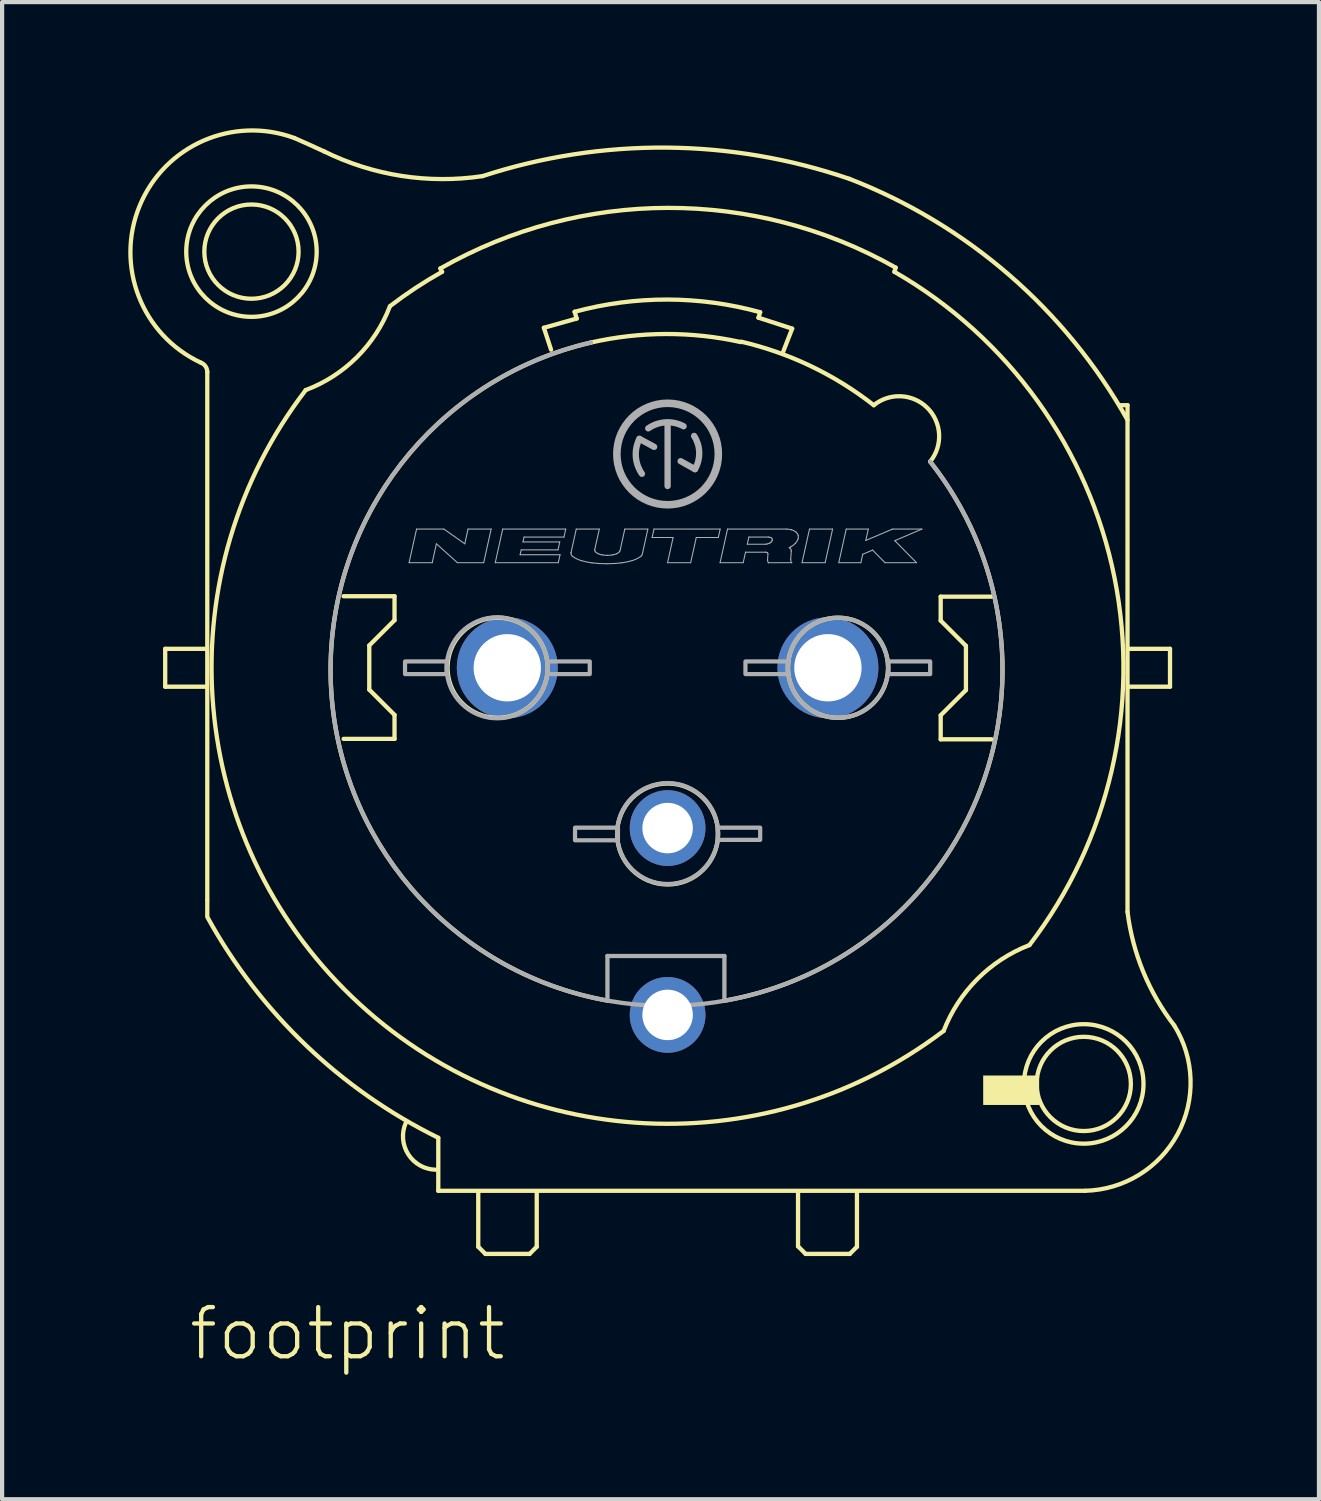
<source format=kicad_pcb>
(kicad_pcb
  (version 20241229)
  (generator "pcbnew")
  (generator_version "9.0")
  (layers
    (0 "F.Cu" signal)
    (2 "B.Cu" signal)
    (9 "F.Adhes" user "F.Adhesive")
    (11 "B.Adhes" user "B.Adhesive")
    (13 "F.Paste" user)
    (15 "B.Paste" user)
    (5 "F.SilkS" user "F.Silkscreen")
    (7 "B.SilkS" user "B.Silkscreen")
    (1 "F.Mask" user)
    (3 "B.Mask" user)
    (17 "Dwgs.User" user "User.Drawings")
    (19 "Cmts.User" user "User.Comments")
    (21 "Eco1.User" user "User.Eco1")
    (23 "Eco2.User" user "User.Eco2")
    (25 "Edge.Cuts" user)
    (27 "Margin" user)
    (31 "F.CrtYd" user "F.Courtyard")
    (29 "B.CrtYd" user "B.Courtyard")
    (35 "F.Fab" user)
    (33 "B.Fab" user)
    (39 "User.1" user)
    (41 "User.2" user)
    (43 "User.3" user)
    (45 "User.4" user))
  (footprint "footprint"
    (layer "F.Cu")
    (at 12.816 12.82)
    (property "Reference" "footprint" (at -11.43 16.51 0) (layer "F.SilkS") (effects (font (size 1.168 1.168) (thickness 0.102)) (justify left bottom)))
    (fp_line (start -11.94 -0.45) (end -11.94 0.45) (stroke (width 0.102) (type solid)) (layer "F.SilkS"))
    (fp_line (start -11.94 0.45) (end -10.99 0.45) (stroke (width 0.102) (type solid)) (layer "F.SilkS"))
    (fp_line (start -10.99 -0.45) (end -11.94 -0.45) (stroke (width 0.102) (type solid)) (layer "F.SilkS"))
    (fp_line (start -10.94 5.5) (end -10.94 -7.03) (stroke (width 0.102) (type solid)) (layer "F.SilkS"))
    (fp_line (start -10.94 5.91) (end -10.94 5.52) (stroke (width 0.102) (type solid)) (layer "F.SilkS"))
    (fp_line (start -7.7 -1.7) (end -6.49 -1.7) (stroke (width 0.102) (type solid)) (layer "F.SilkS"))
    (fp_line (start -7.09 -0.53) (end -7.09 0.52) (stroke (width 0.102) (type solid)) (layer "F.SilkS"))
    (fp_line (start -7.09 0.52) (end -6.49 1.12) (stroke (width 0.102) (type solid)) (layer "F.SilkS"))
    (fp_line (start -6.49 -1.7) (end -6.49 -1.13) (stroke (width 0.102) (type solid)) (layer "F.SilkS"))
    (fp_line (start -6.49 -1.13) (end -7.09 -0.53) (stroke (width 0.102) (type solid)) (layer "F.SilkS"))
    (fp_line (start -6.49 1.12) (end -6.49 1.69) (stroke (width 0.102) (type solid)) (layer "F.SilkS"))
    (fp_line (start -6.49 1.69) (end -7.7 1.69) (stroke (width 0.102) (type solid)) (layer "F.SilkS"))
    (fp_line (start -5.45 11.17) (end -5.45 12.43) (stroke (width 0.102) (type solid)) (layer "F.SilkS"))
    (fp_line (start -5.45 12.43) (end 9.92 12.43) (stroke (width 0.102) (type solid)) (layer "F.SilkS"))
    (fp_line (start -5.4 -9.49) (end -5.36 -9.41) (stroke (width 0.102) (type solid)) (layer "F.SilkS"))
    (fp_line (start -4.5 12.49) (end -4.5 13.76) (stroke (width 0.102) (type solid)) (layer "F.SilkS"))
    (fp_line (start -4.5 13.76) (end -4.33 13.93) (stroke (width 0.102) (type solid)) (layer "F.SilkS"))
    (fp_line (start -4.33 13.93) (end -3.28 13.93) (stroke (width 0.102) (type solid)) (layer "F.SilkS"))
    (fp_line (start -3.28 13.93) (end -3.11 13.76) (stroke (width 0.102) (type solid)) (layer "F.SilkS"))
    (fp_line (start -3.11 13.76) (end -3.11 12.47) (stroke (width 0.102) (type solid)) (layer "F.SilkS"))
    (fp_line (start -2.94 -8.08) (end -2.16 -8.3) (stroke (width 0.102) (type solid)) (layer "F.SilkS"))
    (fp_line (start -2.77 -7.56) (end -2.94 -8.08) (stroke (width 0.102) (type solid)) (layer "F.SilkS"))
    (fp_line (start -2.16 -8.3) (end -2.21 -8.46) (stroke (width 0.102) (type solid)) (layer "F.SilkS"))
    (fp_line (start 2.16 -8.32) (end 2.96 -8.06) (stroke (width 0.102) (type solid)) (layer "F.SilkS"))
    (fp_line (start 2.2 -8.45) (end 2.16 -8.32) (stroke (width 0.102) (type solid)) (layer "F.SilkS"))
    (fp_line (start 2.96 -8.06) (end 2.75 -7.52) (stroke (width 0.102) (type solid)) (layer "F.SilkS"))
    (fp_line (start 3.1 12.49) (end 3.1 13.75) (stroke (width 0.102) (type solid)) (layer "F.SilkS"))
    (fp_line (start 3.1 13.75) (end 3.28 13.93) (stroke (width 0.102) (type solid)) (layer "F.SilkS"))
    (fp_line (start 3.28 13.93) (end 4.33 13.93) (stroke (width 0.102) (type solid)) (layer "F.SilkS"))
    (fp_line (start 4.33 13.93) (end 4.5 13.76) (stroke (width 0.102) (type solid)) (layer "F.SilkS"))
    (fp_line (start 4.5 13.76) (end 4.5 12.48) (stroke (width 0.102) (type solid)) (layer "F.SilkS"))
    (fp_line (start 5.39 -9.41) (end 5.42 -9.51) (stroke (width 0.102) (type solid)) (layer "F.SilkS"))
    (fp_line (start 6.49 -1.69) (end 7.7 -1.69) (stroke (width 0.102) (type solid)) (layer "F.SilkS"))
    (fp_line (start 6.49 -1.12) (end 6.49 -1.69) (stroke (width 0.102) (type solid)) (layer "F.SilkS"))
    (fp_line (start 6.49 1.13) (end 7.09 0.53) (stroke (width 0.102) (type solid)) (layer "F.SilkS"))
    (fp_line (start 6.49 1.7) (end 6.49 1.13) (stroke (width 0.102) (type solid)) (layer "F.SilkS"))
    (fp_line (start 7.09 -0.52) (end 6.49 -1.12) (stroke (width 0.102) (type solid)) (layer "F.SilkS"))
    (fp_line (start 7.09 0.53) (end 7.09 -0.52) (stroke (width 0.102) (type solid)) (layer "F.SilkS"))
    (fp_line (start 7.7 1.7) (end 6.49 1.7) (stroke (width 0.102) (type solid)) (layer "F.SilkS"))
    (fp_line (start 10.93 -6.24) (end 10.77 -6.24) (stroke (width 0.102) (type solid)) (layer "F.SilkS"))
    (fp_line (start 10.93 5.8) (end 10.93 -6.24) (stroke (width 0.102) (type solid)) (layer "F.SilkS"))
    (fp_line (start 10.97 -0.45) (end 11.94 -0.45) (stroke (width 0.102) (type solid)) (layer "F.SilkS"))
    (fp_line (start 11.94 -0.45) (end 11.94 0.45) (stroke (width 0.102) (type solid)) (layer "F.SilkS"))
    (fp_line (start 11.94 0.45) (end 10.97 0.45) (stroke (width 0.102) (type solid)) (layer "F.SilkS"))
    (fp_arc (start -11.090001 -7.25) (mid -10.981063 -7.163139) (end -10.94 -7.03) (stroke (width 0.1016) (type solid)) (layer "F.SilkS"))
    (fp_arc (start -11.09 -7.25) (mid -12.543512 -10.985729) (end -8.87 -12.59) (stroke (width 0.1016) (type solid)) (layer "F.SilkS"))
    (fp_arc (start -8.87 -12.59) (mid -8.514255 -12.431652) (end -8.16 -12.27) (stroke (width 0.1016) (type solid)) (layer "F.SilkS"))
    (fp_arc (start -6.600001 -8.589999) (mid -7.385866 -7.379789) (end -8.6 -6.6) (stroke (width 0.1016) (type solid)) (layer "F.SilkS"))
    (fp_arc (start -6.59 -8.6) (mid -5.989419 -9.026896) (end -5.36 -9.41) (stroke (width 0.1016) (type solid)) (layer "F.SilkS"))
    (fp_arc (start -5.509999 11.929999) (mid -6.165297 11.560367) (end -6.22 10.81) (stroke (width 0.1016) (type solid)) (layer "F.SilkS"))
    (fp_arc (start -5.450001 11.17) (mid -8.591552 8.975746) (end -10.93 5.94) (stroke (width 0.1016) (type solid)) (layer "F.SilkS"))
    (fp_arc (start -5.4 -9.49) (mid 0.007357 -10.929608) (end 5.42 -9.51) (stroke (width 0.1016) (type solid)) (layer "F.SilkS"))
    (fp_arc (start -4.3995 -11.6841) (mid -6.324542 -11.689559) (end -8.16 -12.27) (stroke (width 0.1016) (type solid)) (layer "F.SilkS"))
    (fp_arc (start -4.3975 -11.6846) (mid -0.033882 -12.361943) (end 4.3192 -11.6199) (stroke (width 0.1016) (type solid)) (layer "F.SilkS"))
    (fp_arc (start -2.21 -8.46) (mid -0.004329 -8.750808) (end 2.2 -8.45) (stroke (width 0.1016) (type solid)) (layer "F.SilkS"))
    (fp_arc (start -1.82 -7.73) (mid -0.040554 -7.932105) (end 1.74 -7.74) (stroke (width 0.1016) (type solid)) (layer "F.SilkS"))
    (fp_arc (start -1.429998 7.91) (mid -8.007803 0.249163) (end -1.82 -7.73) (stroke (width 0.1016) (type solid)) (layer "F.SilkS"))
    (fp_arc (start 1.75 -7.75) (mid 3.407463 -7.167026) (end 4.9 -6.24) (stroke (width 0.1016) (type solid)) (layer "F.SilkS"))
    (fp_arc (start 4.3216 -11.6192) (mid 8.124325 -9.329628) (end 10.93 -5.89) (stroke (width 0.1016) (type solid)) (layer "F.SilkS"))
    (fp_arc (start 4.9 -6.24) (mid 6.174454 -6.174454) (end 6.24 -4.9) (stroke (width 0.1016) (type solid)) (layer "F.SilkS"))
    (fp_arc (start 5.390001 -9.409999) (mid 10.621564 -2.137578) (end 8.6 6.59) (stroke (width 0.1016) (type solid)) (layer "F.SilkS"))
    (fp_arc (start 6.240002 -4.9) (mid 7.436814 2.890453) (end 1.36 7.91) (stroke (width 0.1016) (type solid)) (layer "F.SilkS"))
    (fp_arc (start 6.559998 8.630002) (mid -7.680583 7.644968) (end -8.6 -6.6) (stroke (width 0.1016) (type solid)) (layer "F.SilkS"))
    (fp_arc (start 6.56 8.63) (mid 7.3644 7.3944) (end 8.6 6.59) (stroke (width 0.1016) (type solid)) (layer "F.SilkS"))
    (fp_arc (start 12.04 8.5) (mid 12.121472 11.080756) (end 9.92 12.43) (stroke (width 0.1016) (type solid)) (layer "F.SilkS"))
    (fp_arc (start 12.04 8.5) (mid 11.303815 7.224487) (end 10.93 5.8) (stroke (width 0.1016) (type solid)) (layer "F.SilkS"))
    (fp_circle (center -9.89 -9.89) (end -8.77 -9.89) (stroke (width 0.102) (type solid)) (fill no) (layer "F.SilkS"))
    (fp_circle (center -9.89 -9.89) (end -8.34 -9.89) (stroke (width 0.102) (type solid)) (fill no) (layer "F.SilkS"))
    (fp_circle (center -4.04 0) (end -2.85 0) (stroke (width 0.102) (type solid)) (fill no) (layer "F.SilkS"))
    (fp_circle (center 0 3.95) (end 1.2 3.95) (stroke (width 0.102) (type solid)) (fill no) (layer "F.SilkS"))
    (fp_circle (center 4.05 0) (end 5.24 0) (stroke (width 0.102) (type solid)) (fill no) (layer "F.SilkS"))
    (fp_circle (center 9.89 9.89) (end 11.01 9.89) (stroke (width 0.102) (type solid)) (fill no) (layer "F.SilkS"))
    (fp_circle (center 9.89 9.89) (end 11.31 9.89) (stroke (width 0.102) (type solid)) (fill no) (layer "F.SilkS"))
    (fp_poly (pts (xy 7.5 10.39) (xy 8.83 10.39) (xy 8.83 9.69) (xy 7.5 9.69)) (stroke (width 0) (type solid)) (fill yes) (layer "F.SilkS"))
    (fp_line (start -6.144 -2.497) (end -5.966 -3.296) (stroke (width 0.025) (type solid)) (layer "F.Fab"))
    (fp_line (start -6.144 -2.497) (end -5.594 -2.497) (stroke (width 0.025) (type solid)) (layer "F.Fab"))
    (fp_line (start -5.966 -3.296) (end -5.317 -3.296) (stroke (width 0.025) (type solid)) (layer "F.Fab"))
    (fp_line (start -5.594 -2.497) (end -5.495 -2.946) (stroke (width 0.025) (type solid)) (layer "F.Fab"))
    (fp_line (start -5.495 -2.946) (end -4.995 -2.497) (stroke (width 0.025) (type solid)) (layer "F.Fab"))
    (fp_line (start -5.317 -3.296) (end -4.82 -2.946) (stroke (width 0.025) (type solid)) (layer "F.Fab"))
    (fp_line (start -4.995 -2.497) (end -4.371 -2.497) (stroke (width 0.025) (type solid)) (layer "F.Fab"))
    (fp_line (start -4.82 -2.946) (end -4.743 -3.296) (stroke (width 0.025) (type solid)) (layer "F.Fab"))
    (fp_line (start -4.743 -3.296) (end -4.194 -3.296) (stroke (width 0.025) (type solid)) (layer "F.Fab"))
    (fp_line (start -4.371 -2.497) (end -4.194 -3.296) (stroke (width 0.025) (type solid)) (layer "F.Fab"))
    (fp_line (start -4.096 -2.497) (end -3.919 -3.296) (stroke (width 0.025) (type solid)) (layer "F.Fab"))
    (fp_line (start -4.096 -2.497) (end -2.598 -2.497) (stroke (width 0.025) (type solid)) (layer "F.Fab"))
    (fp_line (start -3.919 -3.296) (end -2.421 -3.296) (stroke (width 0.025) (type solid)) (layer "F.Fab"))
    (fp_line (start -3.505 -2.687) (end -3.479 -2.802) (stroke (width 0.025) (type solid)) (layer "F.Fab"))
    (fp_line (start -3.505 -2.687) (end -2.556 -2.687) (stroke (width 0.025) (type solid)) (layer "F.Fab"))
    (fp_line (start -3.479 -2.802) (end -2.605 -2.802) (stroke (width 0.025) (type solid)) (layer "F.Fab"))
    (fp_line (start -3.437 -2.991) (end -3.412 -3.106) (stroke (width 0.025) (type solid)) (layer "F.Fab"))
    (fp_line (start -3.437 -2.991) (end -2.563 -2.991) (stroke (width 0.025) (type solid)) (layer "F.Fab"))
    (fp_line (start -3.412 -3.106) (end -2.463 -3.106) (stroke (width 0.025) (type solid)) (layer "F.Fab"))
    (fp_line (start -2.605 -2.802) (end -2.563 -2.991) (stroke (width 0.025) (type solid)) (layer "F.Fab"))
    (fp_line (start -2.598 -2.497) (end -2.556 -2.687) (stroke (width 0.025) (type solid)) (layer "F.Fab"))
    (fp_line (start -2.463 -3.106) (end -2.421 -3.296) (stroke (width 0.025) (type solid)) (layer "F.Fab"))
    (fp_line (start -2.294 -2.741) (end -2.171 -3.296) (stroke (width 0.025) (type solid)) (layer "F.Fab"))
    (fp_line (start -2.171 -3.296) (end -1.623 -3.296) (stroke (width 0.025) (type solid)) (layer "F.Fab"))
    (fp_line (start -1.731 -2.81) (end -1.623 -3.296) (stroke (width 0.025) (type solid)) (layer "F.Fab"))
    (fp_line (start -1.43 6.85) (end 1.35 6.85) (stroke (width 0.102) (type solid)) (layer "F.Fab"))
    (fp_line (start -1.43 7.87) (end -1.43 6.85) (stroke (width 0.102) (type solid)) (layer "F.Fab"))
    (fp_line (start -1.13 -2.784) (end -1.017 -3.296) (stroke (width 0.025) (type solid)) (layer "F.Fab"))
    (fp_line (start -1.017 -3.296) (end -0.469 -3.296) (stroke (width 0.025) (type solid)) (layer "F.Fab"))
    (fp_line (start -0.67 -5.44) (end -0.32 -5.25) (stroke (width 0.15) (type solid)) (layer "F.Fab"))
    (fp_line (start -0.601 -2.702) (end -0.469 -3.296) (stroke (width 0.025) (type solid)) (layer "F.Fab"))
    (fp_line (start -0.368 -3.096) (end -0.324 -3.296) (stroke (width 0.025) (type solid)) (layer "F.Fab"))
    (fp_line (start -0.368 -3.096) (end 0.131 -3.096) (stroke (width 0.025) (type solid)) (layer "F.Fab"))
    (fp_line (start -0.324 -3.296) (end 1.249 -3.296) (stroke (width 0.025) (type solid)) (layer "F.Fab"))
    (fp_line (start -0.001 -2.497) (end 0.131 -3.096) (stroke (width 0.025) (type solid)) (layer "F.Fab"))
    (fp_line (start -0.001 -2.497) (end 0.548 -2.497) (stroke (width 0.025) (type solid)) (layer "F.Fab"))
    (fp_line (start 0 -4.32) (end 0 -5.82) (stroke (width 0.15) (type solid)) (layer "F.Fab"))
    (fp_line (start 0.31 -4.91) (end 0.65 -4.72) (stroke (width 0.15) (type solid)) (layer "F.Fab"))
    (fp_line (start 0.548 -2.497) (end 0.681 -3.096) (stroke (width 0.025) (type solid)) (layer "F.Fab"))
    (fp_line (start 0.681 -3.096) (end 1.205 -3.096) (stroke (width 0.025) (type solid)) (layer "F.Fab"))
    (fp_line (start 1.205 -3.096) (end 1.249 -3.296) (stroke (width 0.025) (type solid)) (layer "F.Fab"))
    (fp_line (start 1.247 -2.497) (end 1.424 -3.296) (stroke (width 0.025) (type solid)) (layer "F.Fab"))
    (fp_line (start 1.247 -2.497) (end 1.796 -2.497) (stroke (width 0.025) (type solid)) (layer "F.Fab"))
    (fp_line (start 1.35 6.85) (end 1.35 7.86) (stroke (width 0.102) (type solid)) (layer "F.Fab"))
    (fp_line (start 1.424 -3.296) (end 2.826 -3.296) (stroke (width 0.025) (type solid)) (layer "F.Fab"))
    (fp_line (start 1.796 -2.497) (end 1.852 -2.747) (stroke (width 0.025) (type solid)) (layer "F.Fab"))
    (fp_line (start 1.852 -2.747) (end 2.328 -2.747) (stroke (width 0.025) (type solid)) (layer "F.Fab"))
    (fp_line (start 1.894 -2.936) (end 1.931 -3.106) (stroke (width 0.025) (type solid)) (layer "F.Fab"))
    (fp_line (start 1.894 -2.936) (end 2.321 -2.936) (stroke (width 0.025) (type solid)) (layer "F.Fab"))
    (fp_line (start 1.931 -3.106) (end 2.394 -3.106) (stroke (width 0.025) (type solid)) (layer "F.Fab"))
    (fp_line (start 2.375 -2.561) (end 2.385 -2.707) (stroke (width 0.025) (type solid)) (layer "F.Fab"))
    (fp_line (start 2.394 -2.497) (end 2.394 -2.497) (stroke (width 0.025) (type solid)) (layer "F.Fab"))
    (fp_line (start 2.394 -2.497) (end 2.95 -2.497) (stroke (width 0.025) (type solid)) (layer "F.Fab"))
    (fp_line (start 2.926 -2.581) (end 2.939 -2.767) (stroke (width 0.025) (type solid)) (layer "F.Fab"))
    (fp_line (start 3.195 -2.497) (end 3.372 -3.296) (stroke (width 0.025) (type solid)) (layer "F.Fab"))
    (fp_line (start 3.195 -2.497) (end 3.744 -2.497) (stroke (width 0.025) (type solid)) (layer "F.Fab"))
    (fp_line (start 3.372 -3.296) (end 3.921 -3.296) (stroke (width 0.025) (type solid)) (layer "F.Fab"))
    (fp_line (start 3.744 -2.497) (end 3.921 -3.296) (stroke (width 0.025) (type solid)) (layer "F.Fab"))
    (fp_line (start 4.068 -2.497) (end 4.245 -3.296) (stroke (width 0.025) (type solid)) (layer "F.Fab"))
    (fp_line (start 4.068 -2.497) (end 4.593 -2.497) (stroke (width 0.025) (type solid)) (layer "F.Fab"))
    (fp_line (start 4.245 -3.296) (end 4.77 -3.296) (stroke (width 0.025) (type solid)) (layer "F.Fab"))
    (fp_line (start 4.593 -2.497) (end 4.637 -2.697) (stroke (width 0.025) (type solid)) (layer "F.Fab"))
    (fp_line (start 4.637 -2.697) (end 4.871 -2.797) (stroke (width 0.025) (type solid)) (layer "F.Fab"))
    (fp_line (start 4.71 -3.026) (end 4.77 -3.296) (stroke (width 0.025) (type solid)) (layer "F.Fab"))
    (fp_line (start 4.71 -3.026) (end 5.344 -3.296) (stroke (width 0.025) (type solid)) (layer "F.Fab"))
    (fp_line (start 4.871 -2.797) (end 5.167 -2.497) (stroke (width 0.025) (type solid)) (layer "F.Fab"))
    (fp_line (start 5.167 -2.497) (end 5.916 -2.497) (stroke (width 0.025) (type solid)) (layer "F.Fab"))
    (fp_line (start 5.344 -3.296) (end 6.043 -3.296) (stroke (width 0.025) (type solid)) (layer "F.Fab"))
    (fp_line (start 5.399 -3.021) (end 5.916 -2.497) (stroke (width 0.025) (type solid)) (layer "F.Fab"))
    (fp_line (start 5.399 -3.021) (end 6.043 -3.296) (stroke (width 0.025) (type solid)) (layer "F.Fab"))
    (fp_arc (start -2.2964 -2.7217) (mid -2.295867 -2.731456) (end -2.2943 -2.7411) (stroke (width 0.0254) (type solid)) (layer "F.Fab"))
    (fp_arc (start -2.2578 -2.6471) (mid -2.286121 -2.679718) (end -2.2963 -2.7217) (stroke (width 0.0254) (type solid)) (layer "F.Fab"))
    (fp_arc (start -2.0477 -2.5452) (mid -2.156985 -2.587418) (end -2.2578 -2.6471) (stroke (width 0.0254) (type solid)) (layer "F.Fab"))
    (fp_arc (start -1.796 -2.4932) (mid -1.922923 -2.514007) (end -2.0477 -2.5452) (stroke (width 0.0254) (type solid)) (layer "F.Fab"))
    (fp_arc (start -1.7326 -2.7966) (mid -1.732234 -2.803244) (end -1.7311 -2.8098) (stroke (width 0.0254) (type solid)) (layer "F.Fab"))
    (fp_arc (start -1.715901 -2.7561) (mid -1.728335 -2.774676) (end -1.7327 -2.7966) (stroke (width 0.0254) (type solid)) (layer "F.Fab"))
    (fp_arc (start -1.6443 -2.7083) (mid -1.682454 -2.728675) (end -1.7159 -2.7561) (stroke (width 0.0254) (type solid)) (layer "F.Fab"))
    (fp_arc (start -1.5538 -2.6822) (mid -1.599779 -2.692723) (end -1.6443 -2.7083) (stroke (width 0.0254) (type solid)) (layer "F.Fab"))
    (fp_arc (start -1.4474 -2.4721) (mid -1.62202 -2.477365) (end -1.796 -2.4932) (stroke (width 0.0254) (type solid)) (layer "F.Fab"))
    (fp_arc (start -1.4308 -2.6718) (mid -1.492521 -2.674388) (end -1.5538 -2.6822) (stroke (width 0.0254) (type solid)) (layer "F.Fab"))
    (fp_arc (start -1.3079 -2.6822) (mid -1.369129 -2.67439) (end -1.4308 -2.6718) (stroke (width 0.0254) (type solid)) (layer "F.Fab"))
    (fp_arc (start -1.2174 -2.7083) (mid -1.261921 -2.692723) (end -1.3079 -2.6822) (stroke (width 0.0254) (type solid)) (layer "F.Fab"))
    (fp_arc (start -1.1458 -2.7561) (mid -1.179246 -2.728674) (end -1.2174 -2.7083) (stroke (width 0.0254) (type solid)) (layer "F.Fab"))
    (fp_arc (start -1.1304 -2.783899) (mid -1.136132 -2.768909) (end -1.1458 -2.7561) (stroke (width 0.0254) (type solid)) (layer "F.Fab"))
    (fp_arc (start -1.0989 -2.4931) (mid -1.27283 -2.477266) (end -1.4474 -2.472) (stroke (width 0.0254) (type solid)) (layer "F.Fab"))
    (fp_arc (start -0.8472 -2.5452) (mid -0.971977 -2.514007) (end -1.0989 -2.4932) (stroke (width 0.0254) (type solid)) (layer "F.Fab"))
    (fp_arc (start -0.6371 -2.6471) (mid -0.737916 -2.587421) (end -0.8472 -2.5452) (stroke (width 0.0254) (type solid)) (layer "F.Fab"))
    (fp_arc (start -0.61 -4.61) (mid -0.754744 -5.016705) (end -0.67 -5.439999) (stroke (width 0.15) (type solid)) (layer "F.Fab"))
    (fp_arc (start -0.6007 -2.7023) (mid -0.613738 -2.671296) (end -0.6371 -2.6471) (stroke (width 0.0254) (type solid)) (layer "F.Fab"))
    (fp_arc (start -0.46 -5.69) (mid -0.047006 -5.832716) (end 0.380001 -5.739999) (stroke (width 0.15) (type solid)) (layer "F.Fab"))
    (fp_arc (start 0.63 -5.509999) (mid 0.752066 -5.117837) (end 0.65 -4.72) (stroke (width 0.15) (type solid)) (layer "F.Fab"))
    (fp_arc (start 2.3283 -2.7467) (mid 2.340566 -2.745829) (end 2.3526 -2.7433) (stroke (width 0.0254) (type solid)) (layer "F.Fab"))
    (fp_arc (start 2.3526 -2.7432) (mid 2.364222 -2.738519) (end 2.3746 -2.7315) (stroke (width 0.0254) (type solid)) (layer "F.Fab"))
    (fp_arc (start 2.3746 -2.7315) (mid 2.380482 -2.724772) (end 2.3841 -2.7166) (stroke (width 0.0254) (type solid)) (layer "F.Fab"))
    (fp_arc (start 2.3785 -2.9442) (mid 2.349756 -2.938398) (end 2.3205 -2.9364) (stroke (width 0.0254) (type solid)) (layer "F.Fab"))
    (fp_arc (start 2.3943 -2.497) (mid 2.380142 -2.527484) (end 2.375 -2.5607) (stroke (width 0.0254) (type solid)) (layer "F.Fab"))
    (fp_arc (start 2.3944 -3.1062) (mid 2.414793 -3.104721) (end 2.4348 -3.1005) (stroke (width 0.0254) (type solid)) (layer "F.Fab"))
    (fp_arc (start 2.4288 -2.9645) (mid 2.404263 -2.952875) (end 2.3785 -2.9443) (stroke (width 0.0254) (type solid)) (layer "F.Fab"))
    (fp_arc (start 2.4348 -3.1005) (mid 2.454244 -3.09272) (end 2.4716 -3.081) (stroke (width 0.0254) (type solid)) (layer "F.Fab"))
    (fp_arc (start 2.4641 -2.9914) (mid 2.447446 -2.976643) (end 2.4288 -2.9645) (stroke (width 0.0254) (type solid)) (layer "F.Fab"))
    (fp_arc (start 2.471599 -3.081) (mid 2.481397 -3.069754) (end 2.4874 -3.0561) (stroke (width 0.0254) (type solid)) (layer "F.Fab"))
    (fp_arc (start 2.4861 -3.0267) (mid 2.476985 -3.007875) (end 2.4641 -2.9914) (stroke (width 0.0254) (type solid)) (layer "F.Fab"))
    (fp_arc (start 2.4874 -3.056101) (mid 2.488998 -3.041301) (end 2.4861 -3.0267) (stroke (width 0.0254) (type solid)) (layer "F.Fab"))
    (fp_arc (start 2.8259 -3.296) (mid 2.886677 -3.291588) (end 2.9463 -3.279) (stroke (width 0.0254) (type solid)) (layer "F.Fab"))
    (fp_arc (start 2.8917 -2.8549) (mid 2.899191 -2.849485) (end 2.9064 -2.8437) (stroke (width 0.0254) (type solid)) (layer "F.Fab"))
    (fp_arc (start 2.9064 -2.8437) (mid 2.924646 -2.822802) (end 2.9358 -2.7974) (stroke (width 0.0254) (type solid)) (layer "F.Fab"))
    (fp_arc (start 2.9282 -2.8737) (mid 2.910094 -2.86407) (end 2.8917 -2.855) (stroke (width 0.0254) (type solid)) (layer "F.Fab"))
    (fp_arc (start 2.9358 -2.7974) (mid 2.93855 -2.782173) (end 2.9387 -2.7667) (stroke (width 0.0254) (type solid)) (layer "F.Fab"))
    (fp_arc (start 2.9463 -3.279) (mid 3.004211 -3.255758) (end 3.0559 -3.2208) (stroke (width 0.0254) (type solid)) (layer "F.Fab"))
    (fp_arc (start 2.950299 -2.497) (mid 2.930466 -2.536583) (end 2.9257 -2.5806) (stroke (width 0.0254) (type solid)) (layer "F.Fab"))
    (fp_arc (start 3.0334 -2.9539) (mid 2.983769 -2.909906) (end 2.9282 -2.8737) (stroke (width 0.0254) (type solid)) (layer "F.Fab"))
    (fp_arc (start 3.0559 -3.2208) (mid 3.085071 -3.187347) (end 3.1029 -3.1467) (stroke (width 0.0254) (type solid)) (layer "F.Fab"))
    (fp_arc (start 3.0992 -3.0591) (mid 3.071923 -3.002983) (end 3.0334 -2.9539) (stroke (width 0.0254) (type solid)) (layer "F.Fab"))
    (fp_arc (start 3.102899 -3.1467) (mid 3.107748 -3.102617) (end 3.0992 -3.0591) (stroke (width 0.0254) (type solid)) (layer "F.Fab"))
    (fp_arc (start 6.24 -4.9) (mid -2.67007 7.583718) (end -1.82 -7.73) (stroke (width 0.1016) (type solid)) (layer "F.Fab"))
    (fp_circle (center -4.05 0) (end -2.85 0) (stroke (width 0.102) (type solid)) (fill no) (layer "F.Fab"))
    (fp_circle (center 0 -5.08) (end 1.206 -5.08) (stroke (width 0.18) (type solid)) (fill no) (layer "F.Fab"))
    (fp_circle (center 0 3.94) (end 1.2 3.94) (stroke (width 0.102) (type solid)) (fill no) (layer "F.Fab"))
    (fp_circle (center 4.05 0) (end 5.24 0) (stroke (width 0.102) (type solid)) (fill no) (layer "F.Fab"))
    (fp_poly (pts (xy -6.24 0.15) (xy -5.25 0.15) (xy -5.25 -0.15) (xy -6.24 -0.15)) (stroke (width 0.1) (type solid)) (fill no) (layer "F.Fab"))
    (fp_poly (pts (xy -2.85 0.15) (xy -1.85 0.15) (xy -1.85 -0.15) (xy -2.85 -0.15)) (stroke (width 0.1) (type solid)) (fill no) (layer "F.Fab"))
    (fp_poly (pts (xy -2.2 4.1) (xy -1.18 4.1) (xy -1.18 3.8) (xy -2.2 3.8)) (stroke (width 0.1) (type solid)) (fill no) (layer "F.Fab"))
    (fp_poly (pts (xy 1.19 4.09) (xy 2.2 4.09) (xy 2.2 3.8) (xy 1.19 3.8)) (stroke (width 0.1) (type solid)) (fill no) (layer "F.Fab"))
    (fp_poly (pts (xy 1.85 0.15) (xy 2.85 0.15) (xy 2.85 -0.15) (xy 1.85 -0.15)) (stroke (width 0.1) (type solid)) (fill no) (layer "F.Fab"))
    (fp_poly (pts (xy 5.25 0.15) (xy 6.24 0.15) (xy 6.24 -0.15) (xy 5.25 -0.15)) (stroke (width 0.1) (type solid)) (fill no) (layer "F.Fab"))
    (pad "1" thru_hole circle (at -3.81 0) (size 2.4 2.4) (drill 1.6) (layers "*.Cu" "*.Mask"))
    (pad "2" thru_hole circle (at 3.81 0) (size 2.4 2.4) (drill 1.6) (layers "*.Cu" "*.Mask"))
    (pad "3" thru_hole circle (at 0 3.81) (size 1.8 1.8) (drill 1.2) (layers "*.Cu" "*.Mask"))
    (pad "G" thru_hole circle (at 0 8.25) (size 1.8 1.8) (drill 1.2) (layers "*.Cu" "*.Mask")))
  (gr_rect
    (start -3 -3)
    (end 28.296 32.58)
    (stroke (width 0.1) (type default))
    (fill no)
    (layer "Edge.Cuts")))
</source>
